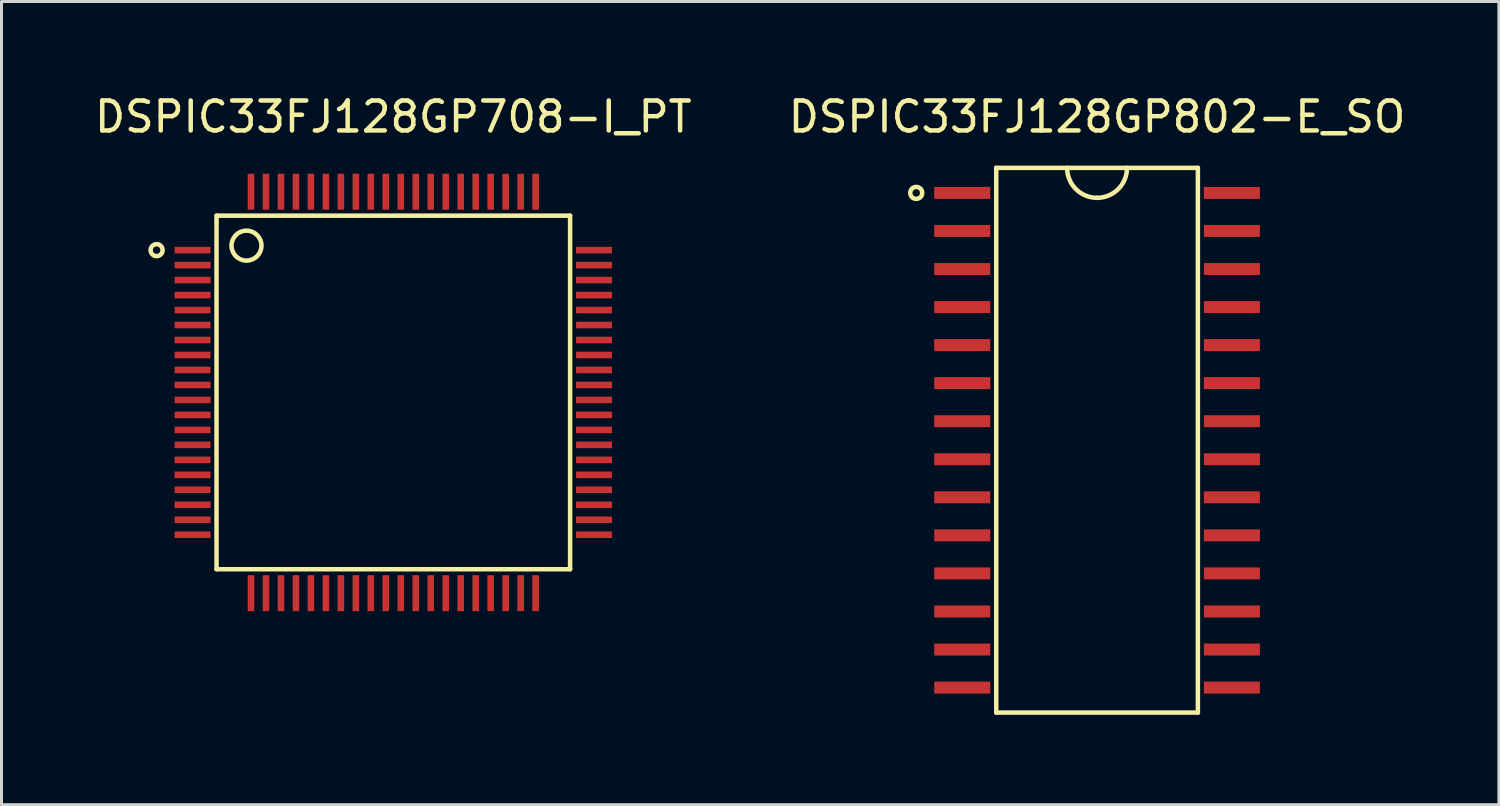
<source format=kicad_pcb>
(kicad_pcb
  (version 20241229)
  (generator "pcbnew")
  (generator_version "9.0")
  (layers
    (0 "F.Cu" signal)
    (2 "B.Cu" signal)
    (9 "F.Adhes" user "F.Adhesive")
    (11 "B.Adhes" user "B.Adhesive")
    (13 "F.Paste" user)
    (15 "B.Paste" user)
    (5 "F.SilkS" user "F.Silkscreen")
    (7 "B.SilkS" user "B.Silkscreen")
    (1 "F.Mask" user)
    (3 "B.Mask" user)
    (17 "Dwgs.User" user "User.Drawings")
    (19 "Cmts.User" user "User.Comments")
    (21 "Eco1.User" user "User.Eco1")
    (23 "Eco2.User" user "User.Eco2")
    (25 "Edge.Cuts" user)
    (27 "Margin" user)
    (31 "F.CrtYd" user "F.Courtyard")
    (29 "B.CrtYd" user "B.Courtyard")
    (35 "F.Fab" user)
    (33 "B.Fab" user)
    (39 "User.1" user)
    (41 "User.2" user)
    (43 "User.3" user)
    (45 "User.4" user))
  (footprint "DSPIC33FJ128GP802-E_SO"
    (layer "F.Cu")
    (at 29.065 3.388)
    (property "Reference" "DSPIC33FJ128GP802-E_SO" (at 4.5 -2.54 0) (layer "F.SilkS") (effects (font (size 1 1) (thickness 0.15))))
    (attr through_hole)
    (fp_line (start 1.135 -0.835) (end 7.865 -0.835) (stroke (width 0.15) (type solid)) (layer "F.SilkS"))
    (fp_line (start 1.135 17.345) (end 1.135 -0.835) (stroke (width 0.15) (type solid)) (layer "F.SilkS"))
    (fp_line (start 7.865 -0.835) (end 7.865 17.345) (stroke (width 0.15) (type solid)) (layer "F.SilkS"))
    (fp_line (start 7.865 17.345) (end 1.135 17.345) (stroke (width 0.15) (type solid)) (layer "F.SilkS"))
    (fp_arc (start 4.5 0.165) (mid 3.792893 -0.127893) (end 3.5 -0.835) (stroke (width 0.15) (type solid)) (layer "F.SilkS"))
    (fp_arc (start 5.5 -0.835) (mid 5.207107 -0.127893) (end 4.5 0.165) (stroke (width 0.15) (type solid)) (layer "F.SilkS"))
    (fp_circle (center -1.535 0) (end -1.535 0.2) (stroke (width 0.15) (type solid)) (fill no) (layer "F.SilkS"))
    (pad "1" smd rect (at 0 0) (size 1.87 0.4) (layers "F.Cu" "F.Mask" "F.Paste"))
    (pad "2" smd rect (at 0 1.27) (size 1.87 0.4) (layers "F.Cu" "F.Mask" "F.Paste"))
    (pad "3" smd rect (at 0 2.54) (size 1.87 0.4) (layers "F.Cu" "F.Mask" "F.Paste"))
    (pad "4" smd rect (at 0 3.81) (size 1.87 0.4) (layers "F.Cu" "F.Mask" "F.Paste"))
    (pad "5" smd rect (at 0 5.08) (size 1.87 0.4) (layers "F.Cu" "F.Mask" "F.Paste"))
    (pad "6" smd rect (at 0 6.35) (size 1.87 0.4) (layers "F.Cu" "F.Mask" "F.Paste"))
    (pad "7" smd rect (at 0 7.62) (size 1.87 0.4) (layers "F.Cu" "F.Mask" "F.Paste"))
    (pad "8" smd rect (at 0 8.89) (size 1.87 0.4) (layers "F.Cu" "F.Mask" "F.Paste"))
    (pad "9" smd rect (at 0 10.16) (size 1.87 0.4) (layers "F.Cu" "F.Mask" "F.Paste"))
    (pad "10" smd rect (at 0 11.43) (size 1.87 0.4) (layers "F.Cu" "F.Mask" "F.Paste"))
    (pad "11" smd rect (at 0 12.7) (size 1.87 0.4) (layers "F.Cu" "F.Mask" "F.Paste"))
    (pad "12" smd rect (at 0 13.97) (size 1.87 0.4) (layers "F.Cu" "F.Mask" "F.Paste"))
    (pad "13" smd rect (at 0 15.24) (size 1.87 0.4) (layers "F.Cu" "F.Mask" "F.Paste"))
    (pad "14" smd rect (at 0 16.51) (size 1.87 0.4) (layers "F.Cu" "F.Mask" "F.Paste"))
    (pad "15" smd rect (at 9 16.51) (size 1.87 0.4) (layers "F.Cu" "F.Mask" "F.Paste"))
    (pad "16" smd rect (at 9 15.24) (size 1.87 0.4) (layers "F.Cu" "F.Mask" "F.Paste"))
    (pad "17" smd rect (at 9 13.97) (size 1.87 0.4) (layers "F.Cu" "F.Mask" "F.Paste"))
    (pad "18" smd rect (at 9 12.7) (size 1.87 0.4) (layers "F.Cu" "F.Mask" "F.Paste"))
    (pad "19" smd rect (at 9 11.43) (size 1.87 0.4) (layers "F.Cu" "F.Mask" "F.Paste"))
    (pad "20" smd rect (at 9 10.16) (size 1.87 0.4) (layers "F.Cu" "F.Mask" "F.Paste"))
    (pad "21" smd rect (at 9 8.89) (size 1.87 0.4) (layers "F.Cu" "F.Mask" "F.Paste"))
    (pad "22" smd rect (at 9 7.62) (size 1.87 0.4) (layers "F.Cu" "F.Mask" "F.Paste"))
    (pad "23" smd rect (at 9 6.35) (size 1.87 0.4) (layers "F.Cu" "F.Mask" "F.Paste"))
    (pad "24" smd rect (at 9 5.08) (size 1.87 0.4) (layers "F.Cu" "F.Mask" "F.Paste"))
    (pad "25" smd rect (at 9 3.81) (size 1.87 0.4) (layers "F.Cu" "F.Mask" "F.Paste"))
    (pad "26" smd rect (at 9 2.54) (size 1.87 0.4) (layers "F.Cu" "F.Mask" "F.Paste"))
    (pad "27" smd rect (at 9 1.27) (size 1.87 0.4) (layers "F.Cu" "F.Mask" "F.Paste"))
    (pad "28" smd rect (at 9 0) (size 1.87 0.4) (layers "F.Cu" "F.Mask" "F.Paste")))
  (footprint "DSPIC33FJ128GP708-I_PT"
    (layer "F.Cu")
    (at 3.377 3.348)
    (property "Reference" "DSPIC33FJ128GP708-I_PT" (at 6.7 -2.5 0) (layer "F.SilkS") (effects (font (size 1 1) (thickness 0.15))))
    (attr through_hole)
    (fp_line (start 0.8 0.8) (end 0.8 12.6) (stroke (width 0.15) (type solid)) (layer "F.SilkS"))
    (fp_line (start 0.8 0.8) (end 12.6 0.8) (stroke (width 0.15) (type solid)) (layer "F.SilkS"))
    (fp_line (start 0.8 12.6) (end 12.6 12.6) (stroke (width 0.15) (type solid)) (layer "F.SilkS"))
    (fp_line (start 12.6 12.6) (end 12.6 0.8) (stroke (width 0.15) (type solid)) (layer "F.SilkS"))
    (fp_circle (center -1.2 1.95) (end -1.2 1.75) (stroke (width 0.15) (type solid)) (fill no) (layer "F.SilkS"))
    (fp_circle (center 1.8 1.8) (end 1.8 1.3) (stroke (width 0.15) (type solid)) (fill no) (layer "F.SilkS"))
    (pad "1" smd rect (at 0 1.95) (size 1.2 0.22) (layers "F.Cu" "F.Mask" "F.Paste"))
    (pad "2" smd rect (at 0 2.45) (size 1.2 0.22) (layers "F.Cu" "F.Mask" "F.Paste"))
    (pad "3" smd rect (at 0 2.95) (size 1.2 0.22) (layers "F.Cu" "F.Mask" "F.Paste"))
    (pad "4" smd rect (at 0 3.45) (size 1.2 0.22) (layers "F.Cu" "F.Mask" "F.Paste"))
    (pad "5" smd rect (at 0 3.95) (size 1.2 0.22) (layers "F.Cu" "F.Mask" "F.Paste"))
    (pad "6" smd rect (at 0 4.45) (size 1.2 0.22) (layers "F.Cu" "F.Mask" "F.Paste"))
    (pad "7" smd rect (at 0 4.95) (size 1.2 0.22) (layers "F.Cu" "F.Mask" "F.Paste"))
    (pad "8" smd rect (at 0 5.45) (size 1.2 0.22) (layers "F.Cu" "F.Mask" "F.Paste"))
    (pad "9" smd rect (at 0 5.95) (size 1.2 0.22) (layers "F.Cu" "F.Mask" "F.Paste"))
    (pad "10" smd rect (at 0 6.45) (size 1.2 0.22) (layers "F.Cu" "F.Mask" "F.Paste"))
    (pad "11" smd rect (at 0 6.95) (size 1.2 0.22) (layers "F.Cu" "F.Mask" "F.Paste"))
    (pad "12" smd rect (at 0 7.45) (size 1.2 0.22) (layers "F.Cu" "F.Mask" "F.Paste"))
    (pad "13" smd rect (at 0 7.95) (size 1.2 0.22) (layers "F.Cu" "F.Mask" "F.Paste"))
    (pad "14" smd rect (at 0 8.45) (size 1.2 0.22) (layers "F.Cu" "F.Mask" "F.Paste"))
    (pad "15" smd rect (at 0 8.95) (size 1.2 0.22) (layers "F.Cu" "F.Mask" "F.Paste"))
    (pad "16" smd rect (at 0 9.45) (size 1.2 0.22) (layers "F.Cu" "F.Mask" "F.Paste"))
    (pad "17" smd rect (at 0 9.95) (size 1.2 0.22) (layers "F.Cu" "F.Mask" "F.Paste"))
    (pad "18" smd rect (at 0 10.45) (size 1.2 0.22) (layers "F.Cu" "F.Mask" "F.Paste"))
    (pad "19" smd rect (at 0 10.95) (size 1.2 0.22) (layers "F.Cu" "F.Mask" "F.Paste"))
    (pad "20" smd rect (at 0 11.45) (size 1.2 0.22) (layers "F.Cu" "F.Mask" "F.Paste"))
    (pad "21" smd rect (at 1.95 13.4) (size 0.22 1.2) (layers "F.Cu" "F.Mask" "F.Paste"))
    (pad "22" smd rect (at 2.45 13.4) (size 0.22 1.2) (layers "F.Cu" "F.Mask" "F.Paste"))
    (pad "23" smd rect (at 2.95 13.4) (size 0.22 1.2) (layers "F.Cu" "F.Mask" "F.Paste"))
    (pad "24" smd rect (at 3.45 13.4) (size 0.22 1.2) (layers "F.Cu" "F.Mask" "F.Paste"))
    (pad "25" smd rect (at 3.95 13.4) (size 0.22 1.2) (layers "F.Cu" "F.Mask" "F.Paste"))
    (pad "26" smd rect (at 4.45 13.4) (size 0.22 1.2) (layers "F.Cu" "F.Mask" "F.Paste"))
    (pad "27" smd rect (at 4.95 13.4) (size 0.22 1.2) (layers "F.Cu" "F.Mask" "F.Paste"))
    (pad "28" smd rect (at 5.45 13.4) (size 0.22 1.2) (layers "F.Cu" "F.Mask" "F.Paste"))
    (pad "29" smd rect (at 5.95 13.4) (size 0.22 1.2) (layers "F.Cu" "F.Mask" "F.Paste"))
    (pad "30" smd rect (at 6.45 13.4) (size 0.22 1.2) (layers "F.Cu" "F.Mask" "F.Paste"))
    (pad "31" smd rect (at 6.95 13.4) (size 0.22 1.2) (layers "F.Cu" "F.Mask" "F.Paste"))
    (pad "32" smd rect (at 7.45 13.4) (size 0.22 1.2) (layers "F.Cu" "F.Mask" "F.Paste"))
    (pad "33" smd rect (at 7.95 13.4) (size 0.22 1.2) (layers "F.Cu" "F.Mask" "F.Paste"))
    (pad "34" smd rect (at 8.45 13.4) (size 0.22 1.2) (layers "F.Cu" "F.Mask" "F.Paste"))
    (pad "35" smd rect (at 8.95 13.4) (size 0.22 1.2) (layers "F.Cu" "F.Mask" "F.Paste"))
    (pad "36" smd rect (at 9.45 13.4) (size 0.22 1.2) (layers "F.Cu" "F.Mask" "F.Paste"))
    (pad "37" smd rect (at 9.95 13.4) (size 0.22 1.2) (layers "F.Cu" "F.Mask" "F.Paste"))
    (pad "38" smd rect (at 10.45 13.4) (size 0.22 1.2) (layers "F.Cu" "F.Mask" "F.Paste"))
    (pad "39" smd rect (at 10.95 13.4) (size 0.22 1.2) (layers "F.Cu" "F.Mask" "F.Paste"))
    (pad "40" smd rect (at 11.45 13.4) (size 0.22 1.2) (layers "F.Cu" "F.Mask" "F.Paste"))
    (pad "41" smd rect (at 13.4 11.45) (size 1.2 0.22) (layers "F.Cu" "F.Mask" "F.Paste"))
    (pad "42" smd rect (at 13.4 10.95) (size 1.2 0.22) (layers "F.Cu" "F.Mask" "F.Paste"))
    (pad "43" smd rect (at 13.4 10.45) (size 1.2 0.22) (layers "F.Cu" "F.Mask" "F.Paste"))
    (pad "44" smd rect (at 13.4 9.95) (size 1.2 0.22) (layers "F.Cu" "F.Mask" "F.Paste"))
    (pad "45" smd rect (at 13.4 9.45) (size 1.2 0.22) (layers "F.Cu" "F.Mask" "F.Paste"))
    (pad "46" smd rect (at 13.4 8.95) (size 1.2 0.22) (layers "F.Cu" "F.Mask" "F.Paste"))
    (pad "47" smd rect (at 13.4 8.45) (size 1.2 0.22) (layers "F.Cu" "F.Mask" "F.Paste"))
    (pad "48" smd rect (at 13.4 7.95) (size 1.2 0.22) (layers "F.Cu" "F.Mask" "F.Paste"))
    (pad "49" smd rect (at 13.4 7.45) (size 1.2 0.22) (layers "F.Cu" "F.Mask" "F.Paste"))
    (pad "50" smd rect (at 13.4 6.95) (size 1.2 0.22) (layers "F.Cu" "F.Mask" "F.Paste"))
    (pad "51" smd rect (at 13.4 6.45) (size 1.2 0.22) (layers "F.Cu" "F.Mask" "F.Paste"))
    (pad "52" smd rect (at 13.4 5.95) (size 1.2 0.22) (layers "F.Cu" "F.Mask" "F.Paste"))
    (pad "53" smd rect (at 13.4 5.45) (size 1.2 0.22) (layers "F.Cu" "F.Mask" "F.Paste"))
    (pad "54" smd rect (at 13.4 4.95) (size 1.2 0.22) (layers "F.Cu" "F.Mask" "F.Paste"))
    (pad "55" smd rect (at 13.4 4.45) (size 1.2 0.22) (layers "F.Cu" "F.Mask" "F.Paste"))
    (pad "56" smd rect (at 13.4 3.95) (size 1.2 0.22) (layers "F.Cu" "F.Mask" "F.Paste"))
    (pad "57" smd rect (at 13.4 3.45) (size 1.2 0.22) (layers "F.Cu" "F.Mask" "F.Paste"))
    (pad "58" smd rect (at 13.4 2.95) (size 1.2 0.22) (layers "F.Cu" "F.Mask" "F.Paste"))
    (pad "59" smd rect (at 13.4 2.45) (size 1.2 0.22) (layers "F.Cu" "F.Mask" "F.Paste"))
    (pad "60" smd rect (at 13.4 1.95) (size 1.2 0.22) (layers "F.Cu" "F.Mask" "F.Paste"))
    (pad "61" smd rect (at 11.45 0) (size 0.22 1.2) (layers "F.Cu" "F.Mask" "F.Paste"))
    (pad "62" smd rect (at 10.95 0) (size 0.22 1.2) (layers "F.Cu" "F.Mask" "F.Paste"))
    (pad "63" smd rect (at 10.45 0) (size 0.22 1.2) (layers "F.Cu" "F.Mask" "F.Paste"))
    (pad "64" smd rect (at 9.95 0) (size 0.22 1.2) (layers "F.Cu" "F.Mask" "F.Paste"))
    (pad "65" smd rect (at 9.45 0) (size 0.22 1.2) (layers "F.Cu" "F.Mask" "F.Paste"))
    (pad "66" smd rect (at 8.95 0) (size 0.22 1.2) (layers "F.Cu" "F.Mask" "F.Paste"))
    (pad "67" smd rect (at 8.45 0) (size 0.22 1.2) (layers "F.Cu" "F.Mask" "F.Paste"))
    (pad "68" smd rect (at 7.95 0) (size 0.22 1.2) (layers "F.Cu" "F.Mask" "F.Paste"))
    (pad "69" smd rect (at 7.45 0) (size 0.22 1.2) (layers "F.Cu" "F.Mask" "F.Paste"))
    (pad "70" smd rect (at 6.95 0) (size 0.22 1.2) (layers "F.Cu" "F.Mask" "F.Paste"))
    (pad "71" smd rect (at 6.45 0) (size 0.22 1.2) (layers "F.Cu" "F.Mask" "F.Paste"))
    (pad "72" smd rect (at 5.95 0) (size 0.22 1.2) (layers "F.Cu" "F.Mask" "F.Paste"))
    (pad "73" smd rect (at 5.45 0) (size 0.22 1.2) (layers "F.Cu" "F.Mask" "F.Paste"))
    (pad "74" smd rect (at 4.95 0) (size 0.22 1.2) (layers "F.Cu" "F.Mask" "F.Paste"))
    (pad "75" smd rect (at 4.45 0) (size 0.22 1.2) (layers "F.Cu" "F.Mask" "F.Paste"))
    (pad "76" smd rect (at 3.95 0) (size 0.22 1.2) (layers "F.Cu" "F.Mask" "F.Paste"))
    (pad "77" smd rect (at 3.45 0) (size 0.22 1.2) (layers "F.Cu" "F.Mask" "F.Paste"))
    (pad "78" smd rect (at 2.95 0) (size 0.22 1.2) (layers "F.Cu" "F.Mask" "F.Paste"))
    (pad "79" smd rect (at 2.45 0) (size 0.22 1.2) (layers "F.Cu" "F.Mask" "F.Paste"))
    (pad "80" smd rect (at 1.95 0) (size 0.22 1.2) (layers "F.Cu" "F.Mask" "F.Paste")))
  (gr_rect
    (start -3 -3)
    (end 46.976 23.808)
    (stroke (width 0.1) (type default))
    (fill no)
    (layer "Edge.Cuts")))
</source>
